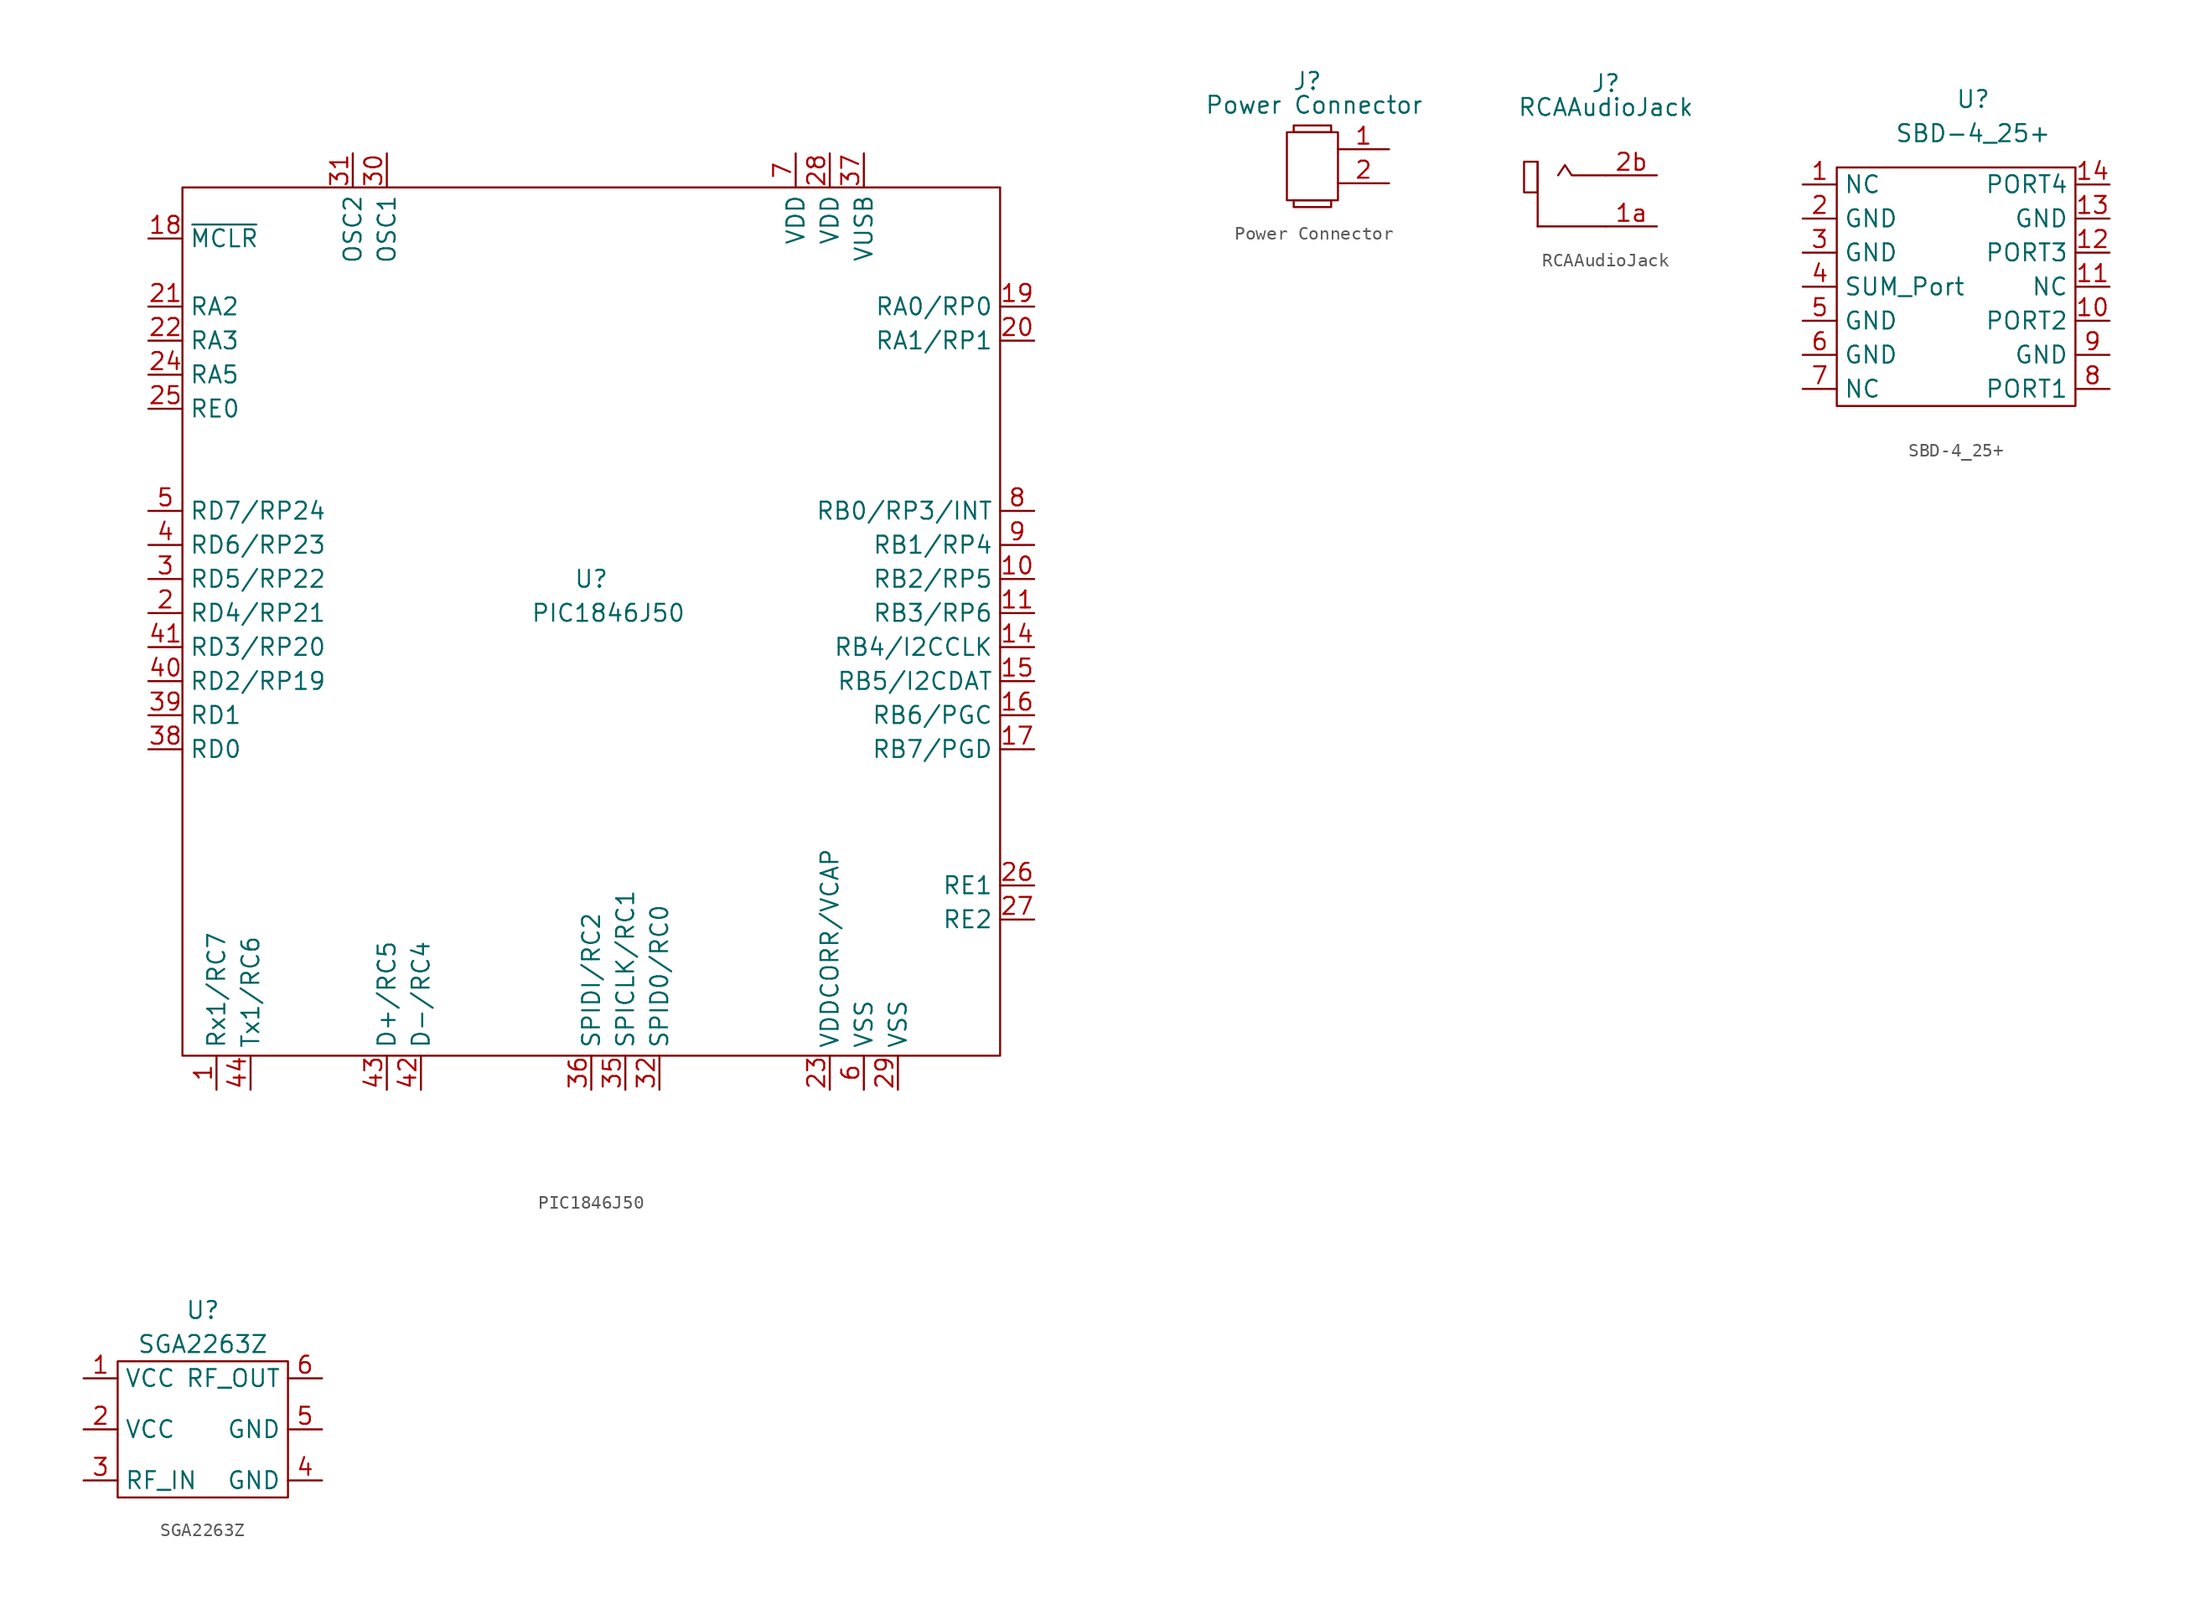
<source format=kicad_sym>
(kicad_symbol_lib
  (version 20211014)
  (generator kicad_symbol_editor)
  (symbol "PIC1846J50"
    (property "Reference" "U"
      (at 43.18 -34.29 0)
      (effects (font (size 1.27 1.27))))
    (property "Value" "PIC1846J50"
      (at 44.45 -36.83 0)
      (effects (font (size 1.27 1.27))))
    (symbol "PIC1846J50_0_1"
      (rectangle (start 12.7 -5.08) (end 73.66 -69.85) (stroke (width 0) (type default) (color 0 0 0 0)) (fill (type none))))
    (symbol "PIC1846J50_1_1"
      (pin bidirectional line (at 15.24 -72.39 90) (length 2.54) (name "Rx1/RC7" (effects (font (size 1.27 1.27)))) (number "1" (effects (font (size 1.27 1.27)))))
      (pin bidirectional line (at 76.2 -34.29 180) (length 2.54) (name "RB2/RP5" (effects (font (size 1.27 1.27)))) (number "10" (effects (font (size 1.27 1.27)))))
      (pin bidirectional line (at 76.2 -36.83 180) (length 2.54) (name "RB3/RP6" (effects (font (size 1.27 1.27)))) (number "11" (effects (font (size 1.27 1.27)))))
      (pin bidirectional line (at 76.2 -39.37 180) (length 2.54) (name "RB4/I2CCLK" (effects (font (size 1.27 1.27)))) (number "14" (effects (font (size 1.27 1.27)))))
      (pin bidirectional line (at 76.2 -41.91 180) (length 2.54) (name "RB5/I2CDAT" (effects (font (size 1.27 1.27)))) (number "15" (effects (font (size 1.27 1.27)))))
      (pin bidirectional line (at 76.2 -44.45 180) (length 2.54) (name "RB6/PGC" (effects (font (size 1.27 1.27)))) (number "16" (effects (font (size 1.27 1.27)))))
      (pin bidirectional line (at 76.2 -46.99 180) (length 2.54) (name "RB7/PGD" (effects (font (size 1.27 1.27)))) (number "17" (effects (font (size 1.27 1.27)))))
      (pin bidirectional line (at 10.16 -8.89 0) (length 2.54) (name "~{MCLR}" (effects (font (size 1.27 1.27)))) (number "18" (effects (font (size 1.27 1.27)))))
      (pin bidirectional line (at 76.2 -13.97 180) (length 2.54) (name "RA0/RP0" (effects (font (size 1.27 1.27)))) (number "19" (effects (font (size 1.27 1.27)))))
      (pin bidirectional line (at 10.16 -36.83 0) (length 2.54) (name "RD4/RP21" (effects (font (size 1.27 1.27)))) (number "2" (effects (font (size 1.27 1.27)))))
      (pin bidirectional line (at 76.2 -16.51 180) (length 2.54) (name "RA1/RP1" (effects (font (size 1.27 1.27)))) (number "20" (effects (font (size 1.27 1.27)))))
      (pin bidirectional line (at 10.16 -13.97 0) (length 2.54) (name "RA2" (effects (font (size 1.27 1.27)))) (number "21" (effects (font (size 1.27 1.27)))))
      (pin bidirectional line (at 10.16 -16.51 0) (length 2.54) (name "RA3" (effects (font (size 1.27 1.27)))) (number "22" (effects (font (size 1.27 1.27)))))
      (pin bidirectional line (at 60.96 -72.39 90) (length 2.54) (name "VDDCORR/VCAP" (effects (font (size 1.27 1.27)))) (number "23" (effects (font (size 1.27 1.27)))))
      (pin bidirectional line (at 10.16 -19.05 0) (length 2.54) (name "RA5" (effects (font (size 1.27 1.27)))) (number "24" (effects (font (size 1.27 1.27)))))
      (pin bidirectional line (at 10.16 -21.59 0) (length 2.54) (name "RE0" (effects (font (size 1.27 1.27)))) (number "25" (effects (font (size 1.27 1.27)))))
      (pin bidirectional line (at 76.2 -57.15 180) (length 2.54) (name "RE1" (effects (font (size 1.27 1.27)))) (number "26" (effects (font (size 1.27 1.27)))))
      (pin bidirectional line (at 76.2 -59.69 180) (length 2.54) (name "RE2" (effects (font (size 1.27 1.27)))) (number "27" (effects (font (size 1.27 1.27)))))
      (pin bidirectional line (at 60.96 -2.54 270) (length 2.54) (name "VDD" (effects (font (size 1.27 1.27)))) (number "28" (effects (font (size 1.27 1.27)))))
      (pin bidirectional line (at 66.04 -72.39 90) (length 2.54) (name "VSS" (effects (font (size 1.27 1.27)))) (number "29" (effects (font (size 1.27 1.27)))))
      (pin bidirectional line (at 10.16 -34.29 0) (length 2.54) (name "RD5/RP22" (effects (font (size 1.27 1.27)))) (number "3" (effects (font (size 1.27 1.27)))))
      (pin bidirectional line (at 27.94 -2.54 270) (length 2.54) (name "OSC1" (effects (font (size 1.27 1.27)))) (number "30" (effects (font (size 1.27 1.27)))))
      (pin bidirectional line (at 25.4 -2.54 270) (length 2.54) (name "OSC2" (effects (font (size 1.27 1.27)))) (number "31" (effects (font (size 1.27 1.27)))))
      (pin bidirectional line (at 48.26 -72.39 90) (length 2.54) (name "SPID0/RC0" (effects (font (size 1.27 1.27)))) (number "32" (effects (font (size 1.27 1.27)))))
      (pin bidirectional line (at 45.72 -72.39 90) (length 2.54) (name "SPICLK/RC1" (effects (font (size 1.27 1.27)))) (number "35" (effects (font (size 1.27 1.27)))))
      (pin bidirectional line (at 43.18 -72.39 90) (length 2.54) (name "SPIDI/RC2" (effects (font (size 1.27 1.27)))) (number "36" (effects (font (size 1.27 1.27)))))
      (pin bidirectional line (at 63.5 -2.54 270) (length 2.54) (name "VUSB" (effects (font (size 1.27 1.27)))) (number "37" (effects (font (size 1.27 1.27)))))
      (pin bidirectional line (at 10.16 -46.99 0) (length 2.54) (name "RD0" (effects (font (size 1.27 1.27)))) (number "38" (effects (font (size 1.27 1.27)))))
      (pin bidirectional line (at 10.16 -44.45 0) (length 2.54) (name "RD1" (effects (font (size 1.27 1.27)))) (number "39" (effects (font (size 1.27 1.27)))))
      (pin bidirectional line (at 10.16 -31.75 0) (length 2.54) (name "RD6/RP23" (effects (font (size 1.27 1.27)))) (number "4" (effects (font (size 1.27 1.27)))))
      (pin bidirectional line (at 10.16 -41.91 0) (length 2.54) (name "RD2/RP19" (effects (font (size 1.27 1.27)))) (number "40" (effects (font (size 1.27 1.27)))))
      (pin bidirectional line (at 10.16 -39.37 0) (length 2.54) (name "RD3/RP20" (effects (font (size 1.27 1.27)))) (number "41" (effects (font (size 1.27 1.27)))))
      (pin bidirectional line (at 30.48 -72.39 90) (length 2.54) (name "D-/RC4" (effects (font (size 1.27 1.27)))) (number "42" (effects (font (size 1.27 1.27)))))
      (pin bidirectional line (at 27.94 -72.39 90) (length 2.54) (name "D+/RC5" (effects (font (size 1.27 1.27)))) (number "43" (effects (font (size 1.27 1.27)))))
      (pin bidirectional line (at 17.78 -72.39 90) (length 2.54) (name "Tx1/RC6" (effects (font (size 1.27 1.27)))) (number "44" (effects (font (size 1.27 1.27)))))
      (pin bidirectional line (at 10.16 -29.21 0) (length 2.54) (name "RD7/RP24" (effects (font (size 1.27 1.27)))) (number "5" (effects (font (size 1.27 1.27)))))
      (pin bidirectional line (at 63.5 -72.39 90) (length 2.54) (name "VSS" (effects (font (size 1.27 1.27)))) (number "6" (effects (font (size 1.27 1.27)))))
      (pin bidirectional line (at 58.42 -2.54 270) (length 2.54) (name "VDD" (effects (font (size 1.27 1.27)))) (number "7" (effects (font (size 1.27 1.27)))))
      (pin bidirectional line (at 76.2 -29.21 180) (length 2.54) (name "RB0/RP3/INT" (effects (font (size 1.27 1.27)))) (number "8" (effects (font (size 1.27 1.27)))))
      (pin bidirectional line (at 76.2 -31.75 180) (length 2.54) (name "RB1/RP4" (effects (font (size 1.27 1.27)))) (number "9" (effects (font (size 1.27 1.27)))))))
  (symbol "Power Connector"
    (property "Reference" "J"
      (at -2.286 -1.27 0)
      (effects (font (size 1.27 1.27))))
    (property "Value" "Power Connector"
      (at -1.778 -3.048 0)
      (effects (font (size 1.27 1.27))))
    (symbol "Power Connector_0_1"
      (rectangle (start -3.81 -5.08) (end 0 -10.16) (stroke (width 0) (type default) (color 0 0 0 0)) (fill (type none)))
      (rectangle (start -3.302 -10.16) (end -0.508 -10.668) (stroke (width 0) (type default) (color 0 0 0 0)) (fill (type none)))
      (rectangle (start -3.302 -4.572) (end -0.508 -5.08) (stroke (width 0) (type default) (color 0 0 0 0)) (fill (type none))))
    (symbol "Power Connector_1_1"
      (pin power_out line (at 3.81 -6.35 180) (length 3.81) (name "~" (effects (font (size 1.27 1.27)))) (number "1" (effects (font (size 1.27 1.27)))))
      (pin power_out line (at 3.81 -8.89 180) (length 3.81) (name "~" (effects (font (size 1.27 1.27)))) (number "2" (effects (font (size 1.27 1.27)))))))
  (symbol "RCAAudioJack"
    (property "Reference" "J"
      (at 0 0.508 0)
      (effects (font (size 1.27 1.27))))
    (property "Value" "RCAAudioJack"
      (at 0 -1.27 0)
      (effects (font (size 1.27 1.27))))
    (symbol "RCAAudioJack_0_1"
      (rectangle (start -5.08 -5.334) (end -6.096 -7.62) (stroke (width 0) (type default) (color 0 0 0 0)) (fill (type none)))
      (polyline (pts (xy -5.08 -10.16) (xy -5.08 -5.334)) (stroke (width 0) (type default) (color 0 0 0 0)) (fill (type none)))
      (polyline (pts (xy 0 -10.16) (xy -5.08 -10.16)) (stroke (width 0) (type default) (color 0 0 0 0)) (fill (type none)))
      (polyline (pts (xy 0 -6.35) (xy -2.54 -6.35) (xy -3.048 -5.588) (xy -3.556 -6.35)) (stroke (width 0) (type default) (color 0 0 0 0)) (fill (type none))))
    (symbol "RCAAudioJack_1_1"
      (pin bidirectional line (at 3.81 -10.16 180) (length 3.81) (name "~" (effects (font (size 1.27 1.27)))) (number "1a" (effects (font (size 1.27 1.27)))))
      (pin bidirectional line (at 3.81 -6.35 180) (length 3.81) (name "~" (effects (font (size 1.27 1.27)))) (number "2b" (effects (font (size 1.27 1.27)))))))
  (symbol "SBD-4_25+"
    (property "Reference" "U"
      (at 0 2.54 0)
      (effects (font (size 1.27 1.27))))
    (property "Value" "SBD-4_25+"
      (at 0 0 0)
      (effects (font (size 1.27 1.27))))
    (symbol "SBD-4_25+_0_1"
      (rectangle (start -10.16 -2.54) (end 7.62 -20.32) (stroke (width 0) (type default) (color 0 0 0 0)) (fill (type none))))
    (symbol "SBD-4_25+_1_1"
      (pin bidirectional line (at -12.7 -3.81 0) (length 2.54) (name "NC" (effects (font (size 1.27 1.27)))) (number "1" (effects (font (size 1.27 1.27)))))
      (pin bidirectional line (at 10.16 -13.97 180) (length 2.54) (name "PORT2" (effects (font (size 1.27 1.27)))) (number "10" (effects (font (size 1.27 1.27)))))
      (pin bidirectional line (at 10.16 -11.43 180) (length 2.54) (name "NC" (effects (font (size 1.27 1.27)))) (number "11" (effects (font (size 1.27 1.27)))))
      (pin bidirectional line (at 10.16 -8.89 180) (length 2.54) (name "PORT3" (effects (font (size 1.27 1.27)))) (number "12" (effects (font (size 1.27 1.27)))))
      (pin bidirectional line (at 10.16 -6.35 180) (length 2.54) (name "GND" (effects (font (size 1.27 1.27)))) (number "13" (effects (font (size 1.27 1.27)))))
      (pin bidirectional line (at 10.16 -3.81 180) (length 2.54) (name "PORT4" (effects (font (size 1.27 1.27)))) (number "14" (effects (font (size 1.27 1.27)))))
      (pin bidirectional line (at -12.7 -6.35 0) (length 2.54) (name "GND" (effects (font (size 1.27 1.27)))) (number "2" (effects (font (size 1.27 1.27)))))
      (pin bidirectional line (at -12.7 -8.89 0) (length 2.54) (name "GND" (effects (font (size 1.27 1.27)))) (number "3" (effects (font (size 1.27 1.27)))))
      (pin bidirectional line (at -12.7 -11.43 0) (length 2.54) (name "SUM_Port" (effects (font (size 1.27 1.27)))) (number "4" (effects (font (size 1.27 1.27)))))
      (pin bidirectional line (at -12.7 -13.97 0) (length 2.54) (name "GND" (effects (font (size 1.27 1.27)))) (number "5" (effects (font (size 1.27 1.27)))))
      (pin bidirectional line (at -12.7 -16.51 0) (length 2.54) (name "GND" (effects (font (size 1.27 1.27)))) (number "6" (effects (font (size 1.27 1.27)))))
      (pin bidirectional line (at -12.7 -19.05 0) (length 2.54) (name "NC" (effects (font (size 1.27 1.27)))) (number "7" (effects (font (size 1.27 1.27)))))
      (pin bidirectional line (at 10.16 -19.05 180) (length 2.54) (name "PORT1" (effects (font (size 1.27 1.27)))) (number "8" (effects (font (size 1.27 1.27)))))
      (pin bidirectional line (at 10.16 -16.51 180) (length 2.54) (name "GND" (effects (font (size 1.27 1.27)))) (number "9" (effects (font (size 1.27 1.27)))))))
  (symbol "SGA2263Z"
    (property "Reference" "U"
      (at 0 1.27 0)
      (effects (font (size 1.27 1.27))))
    (property "Value" "SGA2263Z"
      (at 0 -1.27 0)
      (effects (font (size 1.27 1.27))))
    (symbol "SGA2263Z_0_1"
      (rectangle (start -6.35 -2.54) (end 6.35 -12.7) (stroke (width 0) (type default) (color 0 0 0 0)) (fill (type none))))
    (symbol "SGA2263Z_1_1"
      (pin bidirectional line (at -8.89 -3.81 0) (length 2.54) (name "VCC" (effects (font (size 1.27 1.27)))) (number "1" (effects (font (size 1.27 1.27)))))
      (pin bidirectional line (at -8.89 -7.62 0) (length 2.54) (name "VCC" (effects (font (size 1.27 1.27)))) (number "2" (effects (font (size 1.27 1.27)))))
      (pin bidirectional line (at -8.89 -11.43 0) (length 2.54) (name "RF_IN" (effects (font (size 1.27 1.27)))) (number "3" (effects (font (size 1.27 1.27)))))
      (pin bidirectional line (at 8.89 -11.43 180) (length 2.54) (name "GND" (effects (font (size 1.27 1.27)))) (number "4" (effects (font (size 1.27 1.27)))))
      (pin bidirectional line (at 8.89 -7.62 180) (length 2.54) (name "GND" (effects (font (size 1.27 1.27)))) (number "5" (effects (font (size 1.27 1.27)))))
      (pin bidirectional line (at 8.89 -3.81 180) (length 2.54) (name "RF_OUT" (effects (font (size 1.27 1.27)))) (number "6" (effects (font (size 1.27 1.27))))))))
</source>
